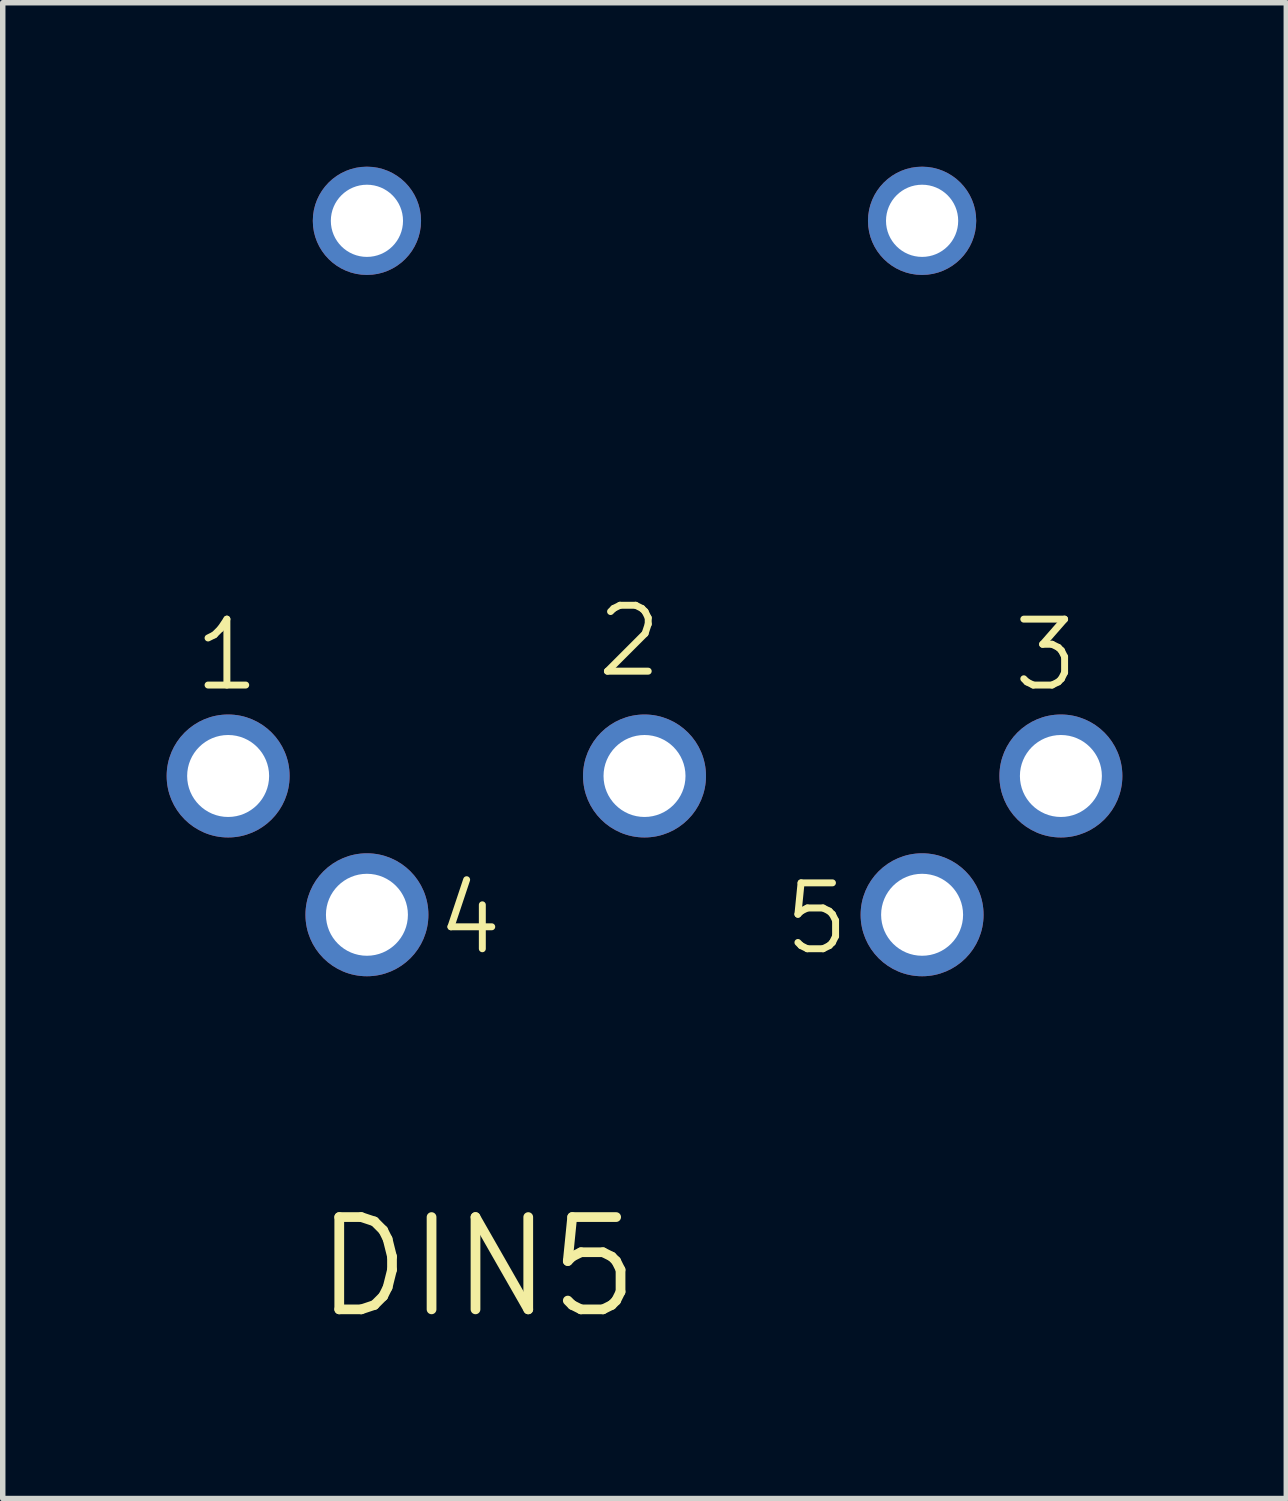
<source format=kicad_pcb>
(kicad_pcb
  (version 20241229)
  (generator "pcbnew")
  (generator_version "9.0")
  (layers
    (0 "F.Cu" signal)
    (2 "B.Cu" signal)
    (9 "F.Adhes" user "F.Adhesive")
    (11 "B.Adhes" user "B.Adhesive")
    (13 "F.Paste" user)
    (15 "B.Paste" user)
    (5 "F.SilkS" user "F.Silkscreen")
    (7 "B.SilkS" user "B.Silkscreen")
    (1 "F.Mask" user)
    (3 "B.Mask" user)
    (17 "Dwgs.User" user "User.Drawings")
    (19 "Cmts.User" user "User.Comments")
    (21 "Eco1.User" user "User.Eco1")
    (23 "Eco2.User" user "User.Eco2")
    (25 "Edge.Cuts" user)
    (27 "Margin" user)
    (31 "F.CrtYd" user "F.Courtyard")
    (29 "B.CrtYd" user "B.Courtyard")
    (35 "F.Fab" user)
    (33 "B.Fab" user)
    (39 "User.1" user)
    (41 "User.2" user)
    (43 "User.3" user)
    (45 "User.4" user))
  (footprint "DIN5"
    (layer "F.Cu")
    (at 8.745 11.151)
    (property "Reference" "DIN5" (at 0 8.001 0) (layer "F.SilkS") (effects (font (size 1.689 1.689) (thickness 0.178)) (justify right top)))
    (attr through_hole)
    (fp_text user "3" (at 8.001 -2.921 0) (layer "F.SilkS") (effects (font (size 1.206 1.206) (thickness 0.127)) (justify right top)))
    (fp_text user "4" (at -2.54 1.905 0) (layer "F.SilkS") (effects (font (size 1.206 1.206) (thickness 0.127)) (justify right top)))
    (fp_text user "2" (at 0.381 -3.175 0) (layer "F.SilkS") (effects (font (size 1.206 1.206) (thickness 0.127)) (justify right top)))
    (fp_text user "1" (at -6.985 -2.921 0) (layer "F.SilkS") (effects (font (size 1.206 1.206) (thickness 0.127)) (justify right top)))
    (fp_text user "5" (at 3.81 1.905 0) (layer "F.SilkS") (effects (font (size 1.206 1.206) (thickness 0.127)) (justify right top)))
    (pad "1" thru_hole circle (at -7.62 0 180) (size 2.25 2.25) (drill 1.5) (layers "*.Cu" "*.Mask"))
    (pad "2" thru_hole circle (at 0 0 180) (size 2.25 2.25) (drill 1.5) (layers "*.Cu" "*.Mask"))
    (pad "3" thru_hole circle (at 7.62 0 180) (size 2.25 2.25) (drill 1.5) (layers "*.Cu" "*.Mask"))
    (pad "4" thru_hole circle (at -5.08 2.54 180) (size 2.25 2.25) (drill 1.5) (layers "*.Cu" "*.Mask"))
    (pad "5" thru_hole circle (at 5.08 2.54 180) (size 2.25 2.25) (drill 1.5) (layers "*.Cu" "*.Mask"))
    (pad "PE" thru_hole circle (at 5.08 -10.16 180) (size 1.981 1.981) (drill 1.321) (layers "*.Cu" "*.Mask"))
    (pad "PE@" thru_hole circle (at -5.08 -10.16 180) (size 1.981 1.981) (drill 1.321) (layers "*.Cu" "*.Mask")))
  (gr_rect
    (start -3 -3)
    (end 20.49 24.374)
    (stroke (width 0.1) (type default))
    (fill no)
    (layer "Edge.Cuts")))
</source>
